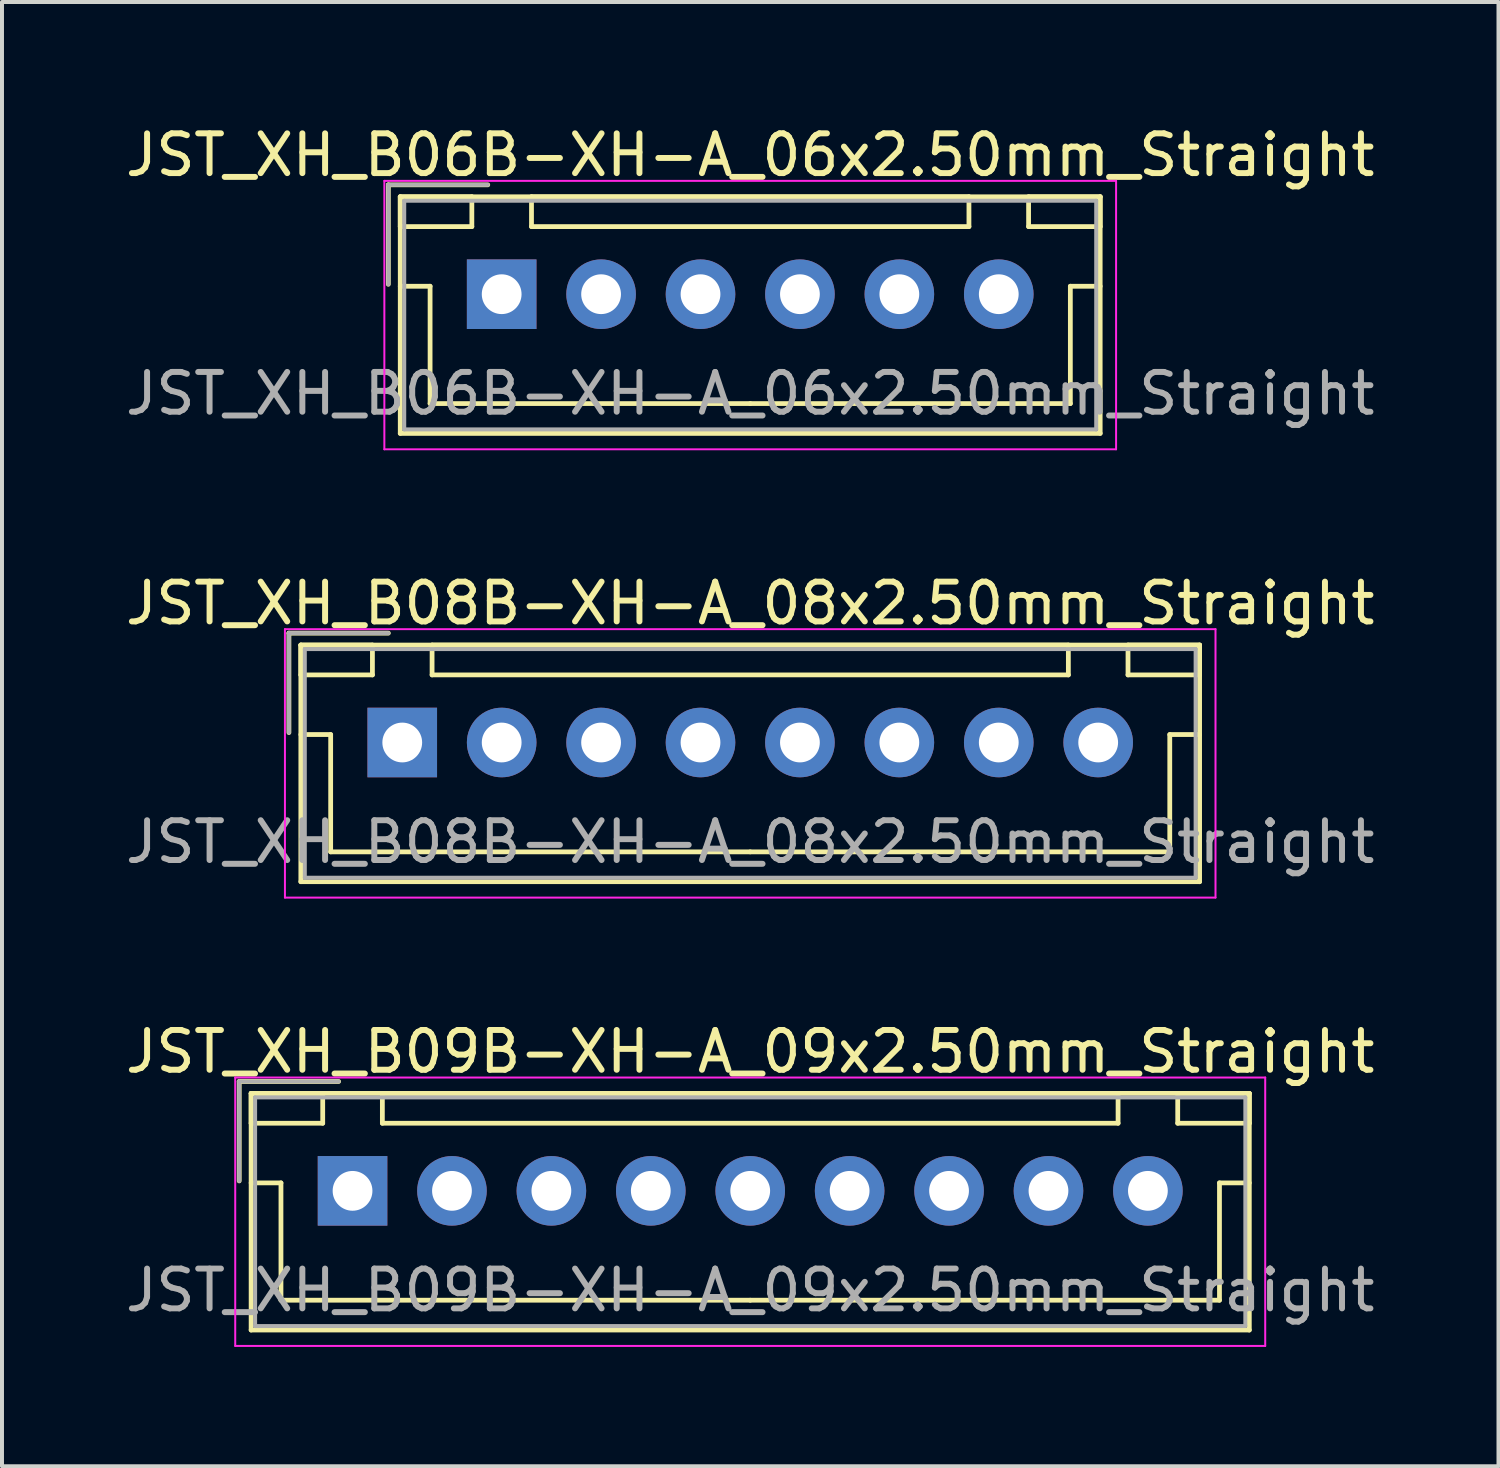
<source format=kicad_pcb>
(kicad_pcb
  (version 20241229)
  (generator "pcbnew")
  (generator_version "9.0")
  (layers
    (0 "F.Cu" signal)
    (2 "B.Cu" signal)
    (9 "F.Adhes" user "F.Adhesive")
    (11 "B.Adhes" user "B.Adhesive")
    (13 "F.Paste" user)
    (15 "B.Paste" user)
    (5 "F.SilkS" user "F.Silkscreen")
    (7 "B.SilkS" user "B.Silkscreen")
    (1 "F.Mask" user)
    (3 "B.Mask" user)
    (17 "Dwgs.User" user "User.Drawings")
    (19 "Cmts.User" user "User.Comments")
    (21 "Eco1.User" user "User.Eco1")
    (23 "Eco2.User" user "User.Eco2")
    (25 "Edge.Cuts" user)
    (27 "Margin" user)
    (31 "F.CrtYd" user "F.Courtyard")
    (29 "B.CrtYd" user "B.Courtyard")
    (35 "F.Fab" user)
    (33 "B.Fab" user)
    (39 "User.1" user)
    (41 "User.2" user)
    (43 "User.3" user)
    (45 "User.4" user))
  (footprint "JST_XH_B06B-XH-A_06x2.50mm_Straight"
    (layer "F.Cu")
    (at 9.565 4.348)
    (property "Reference" "JST_XH_B06B-XH-A_06x2.50mm_Straight" (at 6.25 -3.5 0) (layer "F.SilkS") (effects (font (size 1 1) (thickness 0.15))))
    (attr through_hole)
    (fp_line (start -2.85 -2.75) (end -2.85 -0.25) (stroke (width 0.12) (type solid)) (layer "F.SilkS"))
    (fp_line (start -2.55 -2.45) (end -2.55 -1.7) (stroke (width 0.12) (type solid)) (layer "F.SilkS"))
    (fp_line (start -2.55 -2.45) (end -2.55 3.5) (stroke (width 0.12) (type solid)) (layer "F.SilkS"))
    (fp_line (start -2.55 -1.7) (end -0.75 -1.7) (stroke (width 0.12) (type solid)) (layer "F.SilkS"))
    (fp_line (start -2.55 -0.2) (end -1.8 -0.2) (stroke (width 0.12) (type solid)) (layer "F.SilkS"))
    (fp_line (start -2.55 3.5) (end 15.05 3.5) (stroke (width 0.12) (type solid)) (layer "F.SilkS"))
    (fp_line (start -1.8 -0.2) (end -1.8 2.75) (stroke (width 0.12) (type solid)) (layer "F.SilkS"))
    (fp_line (start -1.8 2.75) (end 6.25 2.75) (stroke (width 0.12) (type solid)) (layer "F.SilkS"))
    (fp_line (start -0.75 -2.45) (end -2.55 -2.45) (stroke (width 0.12) (type solid)) (layer "F.SilkS"))
    (fp_line (start -0.75 -1.7) (end -0.75 -2.45) (stroke (width 0.12) (type solid)) (layer "F.SilkS"))
    (fp_line (start -0.35 -2.75) (end -2.85 -2.75) (stroke (width 0.12) (type solid)) (layer "F.SilkS"))
    (fp_line (start 0.75 -2.45) (end 0.75 -1.7) (stroke (width 0.12) (type solid)) (layer "F.SilkS"))
    (fp_line (start 0.75 -1.7) (end 11.75 -1.7) (stroke (width 0.12) (type solid)) (layer "F.SilkS"))
    (fp_line (start 11.75 -2.45) (end 0.75 -2.45) (stroke (width 0.12) (type solid)) (layer "F.SilkS"))
    (fp_line (start 11.75 -1.7) (end 11.75 -2.45) (stroke (width 0.12) (type solid)) (layer "F.SilkS"))
    (fp_line (start 13.25 -2.45) (end 13.25 -1.7) (stroke (width 0.12) (type solid)) (layer "F.SilkS"))
    (fp_line (start 13.25 -1.7) (end 15.05 -1.7) (stroke (width 0.12) (type solid)) (layer "F.SilkS"))
    (fp_line (start 14.3 -0.2) (end 14.3 2.75) (stroke (width 0.12) (type solid)) (layer "F.SilkS"))
    (fp_line (start 14.3 2.75) (end 6.25 2.75) (stroke (width 0.12) (type solid)) (layer "F.SilkS"))
    (fp_line (start 15.05 -2.45) (end -2.55 -2.45) (stroke (width 0.12) (type solid)) (layer "F.SilkS"))
    (fp_line (start 15.05 -2.45) (end 13.25 -2.45) (stroke (width 0.12) (type solid)) (layer "F.SilkS"))
    (fp_line (start 15.05 -1.7) (end 15.05 -2.45) (stroke (width 0.12) (type solid)) (layer "F.SilkS"))
    (fp_line (start 15.05 -0.2) (end 14.3 -0.2) (stroke (width 0.12) (type solid)) (layer "F.SilkS"))
    (fp_line (start 15.05 3.5) (end 15.05 -2.45) (stroke (width 0.12) (type solid)) (layer "F.SilkS"))
    (fp_line (start -2.95 -2.85) (end -2.95 3.9) (stroke (width 0.05) (type solid)) (layer "F.CrtYd"))
    (fp_line (start -2.95 3.9) (end 15.45 3.9) (stroke (width 0.05) (type solid)) (layer "F.CrtYd"))
    (fp_line (start 15.45 -2.85) (end -2.95 -2.85) (stroke (width 0.05) (type solid)) (layer "F.CrtYd"))
    (fp_line (start 15.45 3.9) (end 15.45 -2.85) (stroke (width 0.05) (type solid)) (layer "F.CrtYd"))
    (fp_line (start -2.85 -2.75) (end -2.85 -0.25) (stroke (width 0.1) (type solid)) (layer "F.Fab"))
    (fp_line (start -2.45 -2.35) (end -2.45 3.4) (stroke (width 0.1) (type solid)) (layer "F.Fab"))
    (fp_line (start -2.45 3.4) (end 14.95 3.4) (stroke (width 0.1) (type solid)) (layer "F.Fab"))
    (fp_line (start -0.35 -2.75) (end -2.85 -2.75) (stroke (width 0.1) (type solid)) (layer "F.Fab"))
    (fp_line (start 14.95 -2.35) (end -2.45 -2.35) (stroke (width 0.1) (type solid)) (layer "F.Fab"))
    (fp_line (start 14.95 3.4) (end 14.95 -2.35) (stroke (width 0.1) (type solid)) (layer "F.Fab"))
    (fp_text user "${REFERENCE}" (at 6.25 2.5 0) (layer "F.Fab") (effects (font (size 1 1) (thickness 0.15))))
    (pad "1" thru_hole rect (at 0 0) (size 1.75 1.75) (drill 1) (layers "*.Cu" "*.Mask"))
    (pad "2" thru_hole circle (at 2.5 0) (size 1.75 1.75) (drill 1) (layers "*.Cu" "*.Mask"))
    (pad "3" thru_hole circle (at 5 0) (size 1.75 1.75) (drill 1) (layers "*.Cu" "*.Mask"))
    (pad "4" thru_hole circle (at 7.5 0) (size 1.75 1.75) (drill 1) (layers "*.Cu" "*.Mask"))
    (pad "5" thru_hole circle (at 10 0) (size 1.75 1.75) (drill 1) (layers "*.Cu" "*.Mask"))
    (pad "6" thru_hole circle (at 12.5 0) (size 1.75 1.75) (drill 1) (layers "*.Cu" "*.Mask")))
  (footprint "JST_XH_B08B-XH-A_08x2.50mm_Straight"
    (layer "F.Cu")
    (at 7.065 15.621)
    (property "Reference" "JST_XH_B08B-XH-A_08x2.50mm_Straight" (at 8.75 -3.5 0) (layer "F.SilkS") (effects (font (size 1 1) (thickness 0.15))))
    (attr through_hole)
    (fp_line (start -2.85 -2.75) (end -2.85 -0.25) (stroke (width 0.12) (type solid)) (layer "F.SilkS"))
    (fp_line (start -2.55 -2.45) (end -2.55 -1.7) (stroke (width 0.12) (type solid)) (layer "F.SilkS"))
    (fp_line (start -2.55 -2.45) (end -2.55 3.5) (stroke (width 0.12) (type solid)) (layer "F.SilkS"))
    (fp_line (start -2.55 -1.7) (end -0.75 -1.7) (stroke (width 0.12) (type solid)) (layer "F.SilkS"))
    (fp_line (start -2.55 -0.2) (end -1.8 -0.2) (stroke (width 0.12) (type solid)) (layer "F.SilkS"))
    (fp_line (start -2.55 3.5) (end 20.05 3.5) (stroke (width 0.12) (type solid)) (layer "F.SilkS"))
    (fp_line (start -1.8 -0.2) (end -1.8 2.75) (stroke (width 0.12) (type solid)) (layer "F.SilkS"))
    (fp_line (start -1.8 2.75) (end 8.75 2.75) (stroke (width 0.12) (type solid)) (layer "F.SilkS"))
    (fp_line (start -0.75 -2.45) (end -2.55 -2.45) (stroke (width 0.12) (type solid)) (layer "F.SilkS"))
    (fp_line (start -0.75 -1.7) (end -0.75 -2.45) (stroke (width 0.12) (type solid)) (layer "F.SilkS"))
    (fp_line (start -0.35 -2.75) (end -2.85 -2.75) (stroke (width 0.12) (type solid)) (layer "F.SilkS"))
    (fp_line (start 0.75 -2.45) (end 0.75 -1.7) (stroke (width 0.12) (type solid)) (layer "F.SilkS"))
    (fp_line (start 0.75 -1.7) (end 16.75 -1.7) (stroke (width 0.12) (type solid)) (layer "F.SilkS"))
    (fp_line (start 16.75 -2.45) (end 0.75 -2.45) (stroke (width 0.12) (type solid)) (layer "F.SilkS"))
    (fp_line (start 16.75 -1.7) (end 16.75 -2.45) (stroke (width 0.12) (type solid)) (layer "F.SilkS"))
    (fp_line (start 18.25 -2.45) (end 18.25 -1.7) (stroke (width 0.12) (type solid)) (layer "F.SilkS"))
    (fp_line (start 18.25 -1.7) (end 20.05 -1.7) (stroke (width 0.12) (type solid)) (layer "F.SilkS"))
    (fp_line (start 19.3 -0.2) (end 19.3 2.75) (stroke (width 0.12) (type solid)) (layer "F.SilkS"))
    (fp_line (start 19.3 2.75) (end 8.75 2.75) (stroke (width 0.12) (type solid)) (layer "F.SilkS"))
    (fp_line (start 20.05 -2.45) (end -2.55 -2.45) (stroke (width 0.12) (type solid)) (layer "F.SilkS"))
    (fp_line (start 20.05 -2.45) (end 18.25 -2.45) (stroke (width 0.12) (type solid)) (layer "F.SilkS"))
    (fp_line (start 20.05 -1.7) (end 20.05 -2.45) (stroke (width 0.12) (type solid)) (layer "F.SilkS"))
    (fp_line (start 20.05 -0.2) (end 19.3 -0.2) (stroke (width 0.12) (type solid)) (layer "F.SilkS"))
    (fp_line (start 20.05 3.5) (end 20.05 -2.45) (stroke (width 0.12) (type solid)) (layer "F.SilkS"))
    (fp_line (start -2.95 -2.85) (end -2.95 3.9) (stroke (width 0.05) (type solid)) (layer "F.CrtYd"))
    (fp_line (start -2.95 3.9) (end 20.45 3.9) (stroke (width 0.05) (type solid)) (layer "F.CrtYd"))
    (fp_line (start 20.45 -2.85) (end -2.95 -2.85) (stroke (width 0.05) (type solid)) (layer "F.CrtYd"))
    (fp_line (start 20.45 3.9) (end 20.45 -2.85) (stroke (width 0.05) (type solid)) (layer "F.CrtYd"))
    (fp_line (start -2.85 -2.75) (end -2.85 -0.25) (stroke (width 0.1) (type solid)) (layer "F.Fab"))
    (fp_line (start -2.45 -2.35) (end -2.45 3.4) (stroke (width 0.1) (type solid)) (layer "F.Fab"))
    (fp_line (start -2.45 3.4) (end 19.95 3.4) (stroke (width 0.1) (type solid)) (layer "F.Fab"))
    (fp_line (start -0.35 -2.75) (end -2.85 -2.75) (stroke (width 0.1) (type solid)) (layer "F.Fab"))
    (fp_line (start 19.95 -2.35) (end -2.45 -2.35) (stroke (width 0.1) (type solid)) (layer "F.Fab"))
    (fp_line (start 19.95 3.4) (end 19.95 -2.35) (stroke (width 0.1) (type solid)) (layer "F.Fab"))
    (fp_text user "${REFERENCE}" (at 8.75 2.5 0) (layer "F.Fab") (effects (font (size 1 1) (thickness 0.15))))
    (pad "1" thru_hole rect (at 0 0) (size 1.75 1.75) (drill 1) (layers "*.Cu" "*.Mask"))
    (pad "2" thru_hole circle (at 2.5 0) (size 1.75 1.75) (drill 1) (layers "*.Cu" "*.Mask"))
    (pad "3" thru_hole circle (at 5 0) (size 1.75 1.75) (drill 1) (layers "*.Cu" "*.Mask"))
    (pad "4" thru_hole circle (at 7.5 0) (size 1.75 1.75) (drill 1) (layers "*.Cu" "*.Mask"))
    (pad "5" thru_hole circle (at 10 0) (size 1.75 1.75) (drill 1) (layers "*.Cu" "*.Mask"))
    (pad "6" thru_hole circle (at 12.5 0) (size 1.75 1.75) (drill 1) (layers "*.Cu" "*.Mask"))
    (pad "7" thru_hole circle (at 15 0) (size 1.75 1.75) (drill 1) (layers "*.Cu" "*.Mask"))
    (pad "8" thru_hole circle (at 17.5 0) (size 1.75 1.75) (drill 1) (layers "*.Cu" "*.Mask")))
  (footprint "JST_XH_B09B-XH-A_09x2.50mm_Straight"
    (layer "F.Cu")
    (at 5.815 26.895)
    (property "Reference" "JST_XH_B09B-XH-A_09x2.50mm_Straight" (at 10 -3.5 0) (layer "F.SilkS") (effects (font (size 1 1) (thickness 0.15))))
    (attr through_hole)
    (fp_line (start -2.85 -2.75) (end -2.85 -0.25) (stroke (width 0.12) (type solid)) (layer "F.SilkS"))
    (fp_line (start -2.55 -2.45) (end -2.55 -1.7) (stroke (width 0.12) (type solid)) (layer "F.SilkS"))
    (fp_line (start -2.55 -2.45) (end -2.55 3.5) (stroke (width 0.12) (type solid)) (layer "F.SilkS"))
    (fp_line (start -2.55 -1.7) (end -0.75 -1.7) (stroke (width 0.12) (type solid)) (layer "F.SilkS"))
    (fp_line (start -2.55 -0.2) (end -1.8 -0.2) (stroke (width 0.12) (type solid)) (layer "F.SilkS"))
    (fp_line (start -2.55 3.5) (end 22.55 3.5) (stroke (width 0.12) (type solid)) (layer "F.SilkS"))
    (fp_line (start -1.8 -0.2) (end -1.8 2.75) (stroke (width 0.12) (type solid)) (layer "F.SilkS"))
    (fp_line (start -1.8 2.75) (end 10 2.75) (stroke (width 0.12) (type solid)) (layer "F.SilkS"))
    (fp_line (start -0.75 -2.45) (end -2.55 -2.45) (stroke (width 0.12) (type solid)) (layer "F.SilkS"))
    (fp_line (start -0.75 -1.7) (end -0.75 -2.45) (stroke (width 0.12) (type solid)) (layer "F.SilkS"))
    (fp_line (start -0.35 -2.75) (end -2.85 -2.75) (stroke (width 0.12) (type solid)) (layer "F.SilkS"))
    (fp_line (start 0.75 -2.45) (end 0.75 -1.7) (stroke (width 0.12) (type solid)) (layer "F.SilkS"))
    (fp_line (start 0.75 -1.7) (end 19.25 -1.7) (stroke (width 0.12) (type solid)) (layer "F.SilkS"))
    (fp_line (start 19.25 -2.45) (end 0.75 -2.45) (stroke (width 0.12) (type solid)) (layer "F.SilkS"))
    (fp_line (start 19.25 -1.7) (end 19.25 -2.45) (stroke (width 0.12) (type solid)) (layer "F.SilkS"))
    (fp_line (start 20.75 -2.45) (end 20.75 -1.7) (stroke (width 0.12) (type solid)) (layer "F.SilkS"))
    (fp_line (start 20.75 -1.7) (end 22.55 -1.7) (stroke (width 0.12) (type solid)) (layer "F.SilkS"))
    (fp_line (start 21.8 -0.2) (end 21.8 2.75) (stroke (width 0.12) (type solid)) (layer "F.SilkS"))
    (fp_line (start 21.8 2.75) (end 10 2.75) (stroke (width 0.12) (type solid)) (layer "F.SilkS"))
    (fp_line (start 22.55 -2.45) (end -2.55 -2.45) (stroke (width 0.12) (type solid)) (layer "F.SilkS"))
    (fp_line (start 22.55 -2.45) (end 20.75 -2.45) (stroke (width 0.12) (type solid)) (layer "F.SilkS"))
    (fp_line (start 22.55 -1.7) (end 22.55 -2.45) (stroke (width 0.12) (type solid)) (layer "F.SilkS"))
    (fp_line (start 22.55 -0.2) (end 21.8 -0.2) (stroke (width 0.12) (type solid)) (layer "F.SilkS"))
    (fp_line (start 22.55 3.5) (end 22.55 -2.45) (stroke (width 0.12) (type solid)) (layer "F.SilkS"))
    (fp_line (start -2.95 -2.85) (end -2.95 3.9) (stroke (width 0.05) (type solid)) (layer "F.CrtYd"))
    (fp_line (start -2.95 3.9) (end 22.95 3.9) (stroke (width 0.05) (type solid)) (layer "F.CrtYd"))
    (fp_line (start 22.95 -2.85) (end -2.95 -2.85) (stroke (width 0.05) (type solid)) (layer "F.CrtYd"))
    (fp_line (start 22.95 3.9) (end 22.95 -2.85) (stroke (width 0.05) (type solid)) (layer "F.CrtYd"))
    (fp_line (start -2.85 -2.75) (end -2.85 -0.25) (stroke (width 0.1) (type solid)) (layer "F.Fab"))
    (fp_line (start -2.45 -2.35) (end -2.45 3.4) (stroke (width 0.1) (type solid)) (layer "F.Fab"))
    (fp_line (start -2.45 3.4) (end 22.45 3.4) (stroke (width 0.1) (type solid)) (layer "F.Fab"))
    (fp_line (start -0.35 -2.75) (end -2.85 -2.75) (stroke (width 0.1) (type solid)) (layer "F.Fab"))
    (fp_line (start 22.45 -2.35) (end -2.45 -2.35) (stroke (width 0.1) (type solid)) (layer "F.Fab"))
    (fp_line (start 22.45 3.4) (end 22.45 -2.35) (stroke (width 0.1) (type solid)) (layer "F.Fab"))
    (fp_text user "${REFERENCE}" (at 10 2.5 0) (layer "F.Fab") (effects (font (size 1 1) (thickness 0.15))))
    (pad "1" thru_hole rect (at 0 0) (size 1.75 1.75) (drill 1) (layers "*.Cu" "*.Mask"))
    (pad "2" thru_hole circle (at 2.5 0) (size 1.75 1.75) (drill 1) (layers "*.Cu" "*.Mask"))
    (pad "3" thru_hole circle (at 5 0) (size 1.75 1.75) (drill 1) (layers "*.Cu" "*.Mask"))
    (pad "4" thru_hole circle (at 7.5 0) (size 1.75 1.75) (drill 1) (layers "*.Cu" "*.Mask"))
    (pad "5" thru_hole circle (at 10 0) (size 1.75 1.75) (drill 1) (layers "*.Cu" "*.Mask"))
    (pad "6" thru_hole circle (at 12.5 0) (size 1.75 1.75) (drill 1) (layers "*.Cu" "*.Mask"))
    (pad "7" thru_hole circle (at 15 0) (size 1.75 1.75) (drill 1) (layers "*.Cu" "*.Mask"))
    (pad "8" thru_hole circle (at 17.5 0) (size 1.75 1.75) (drill 1) (layers "*.Cu" "*.Mask"))
    (pad "9" thru_hole circle (at 20 0) (size 1.75 1.75) (drill 1) (layers "*.Cu" "*.Mask")))
  (gr_rect
    (start -3 -3)
    (end 34.631 33.82)
    (stroke (width 0.1) (type default))
    (fill no)
    (layer "Edge.Cuts")))
</source>
